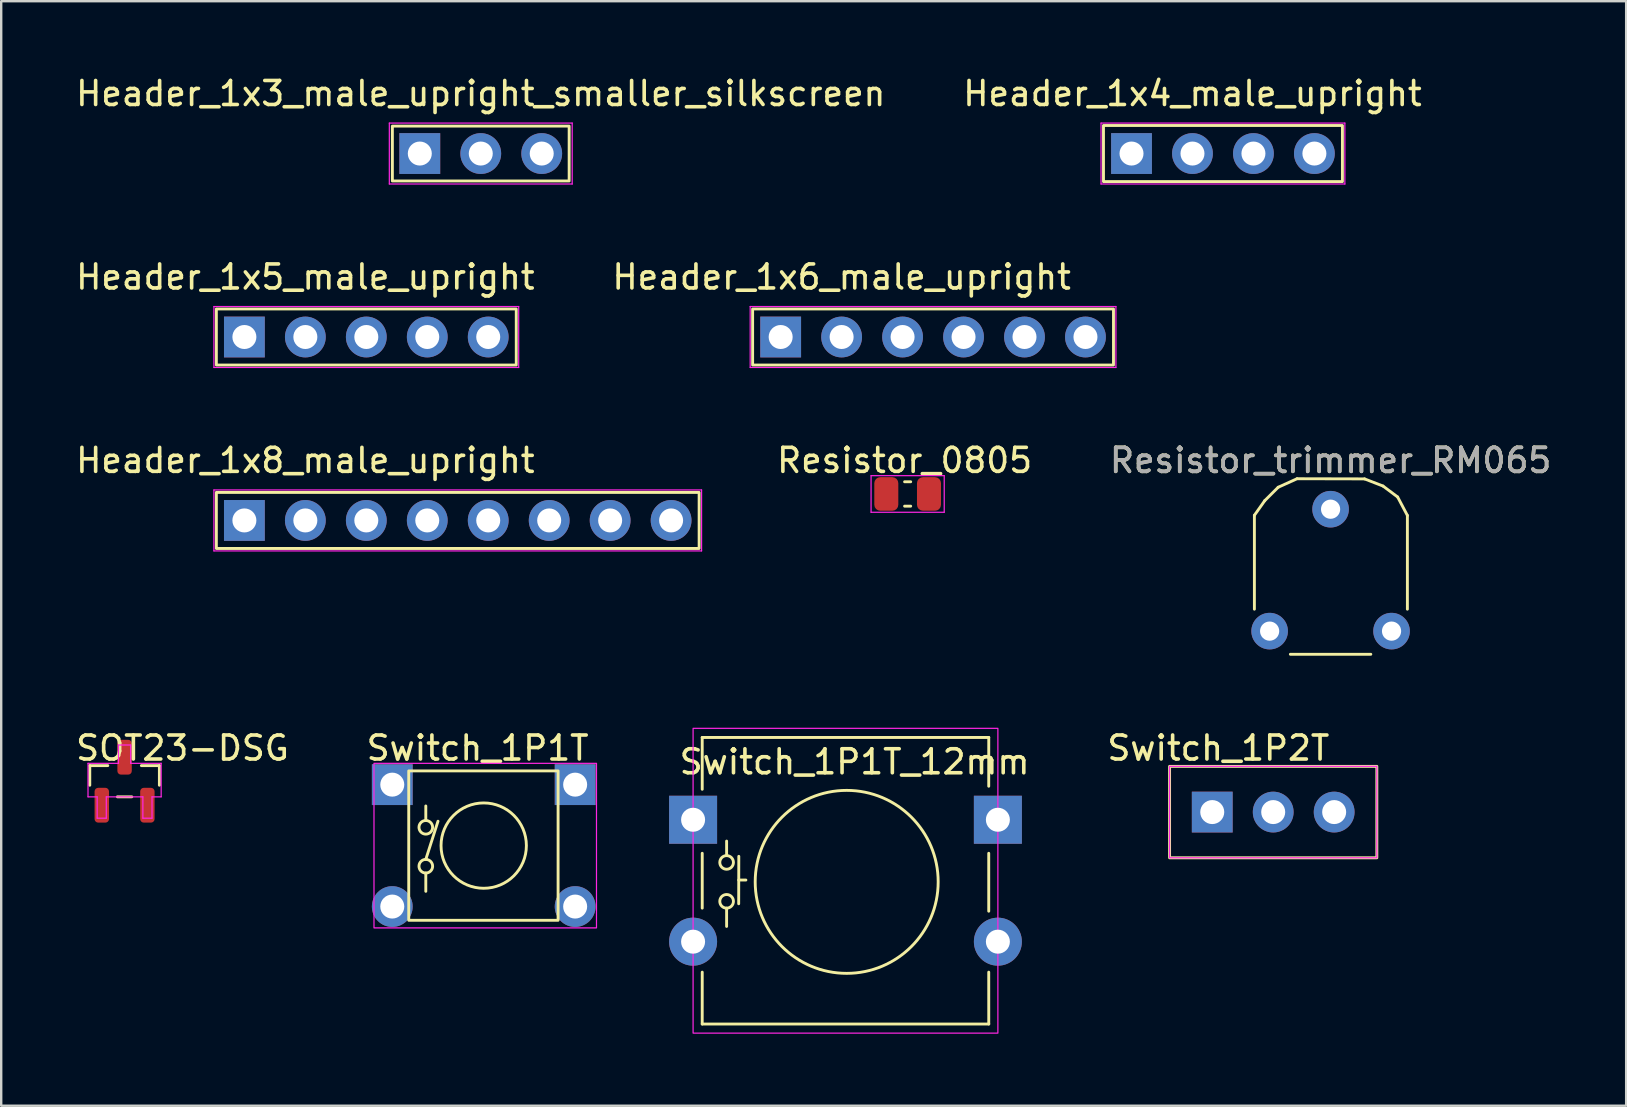
<source format=kicad_pcb>
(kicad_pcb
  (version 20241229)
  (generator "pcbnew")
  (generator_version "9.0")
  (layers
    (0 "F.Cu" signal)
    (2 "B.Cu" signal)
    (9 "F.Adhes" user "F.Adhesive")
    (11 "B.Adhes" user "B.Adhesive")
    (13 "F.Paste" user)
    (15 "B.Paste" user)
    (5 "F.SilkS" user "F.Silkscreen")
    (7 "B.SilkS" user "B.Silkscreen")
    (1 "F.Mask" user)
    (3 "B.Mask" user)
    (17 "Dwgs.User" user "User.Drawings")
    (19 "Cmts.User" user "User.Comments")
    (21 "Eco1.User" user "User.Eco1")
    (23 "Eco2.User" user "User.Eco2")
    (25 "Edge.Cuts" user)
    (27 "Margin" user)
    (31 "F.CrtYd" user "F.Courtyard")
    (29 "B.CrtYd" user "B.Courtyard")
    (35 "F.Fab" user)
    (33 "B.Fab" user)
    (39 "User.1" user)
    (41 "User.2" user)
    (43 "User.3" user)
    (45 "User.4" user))
  (footprint "SOT23-DSG"
    (layer "F.Cu")
    (at 2.141 29.517)
    (property "Reference" "SOT23-DSG" (at 2.413 -1.397 0) (unlocked yes) (layer "F.SilkS") (effects (font (size 1 1) (thickness 0.15))))
    (attr smd)
    (fp_line (start -1.45 -0.666) (end -0.7 -0.666) (stroke (width 0.12) (type solid)) (layer "F.SilkS"))
    (fp_line (start -1.45 0.152) (end -1.45 -0.666) (stroke (width 0.12) (type solid)) (layer "F.SilkS"))
    (fp_line (start -0.3 0.634) (end 0.3 0.634) (stroke (width 0.12) (type solid)) (layer "F.SilkS"))
    (fp_line (start 0.7 -0.666) (end 1.45 -0.666) (stroke (width 0.12) (type solid)) (layer "F.SilkS"))
    (fp_line (start 1.45 -0.666) (end 1.45 0.152) (stroke (width 0.12) (type solid)) (layer "F.SilkS"))
    (fp_line (start -1.524 -0.762) (end -1.524 0.635) (stroke (width 0.05) (type solid)) (layer "F.CrtYd"))
    (fp_line (start -1.524 0.635) (end -1.143 0.635) (stroke (width 0.05) (type solid)) (layer "F.CrtYd"))
    (fp_line (start -1.143 0.635) (end -1.143 1.524) (stroke (width 0.05) (type solid)) (layer "F.CrtYd"))
    (fp_line (start -1.143 1.524) (end -0.762 1.524) (stroke (width 0.05) (type solid)) (layer "F.CrtYd"))
    (fp_line (start -0.762 0.635) (end 0.762 0.635) (stroke (width 0.05) (type solid)) (layer "F.CrtYd"))
    (fp_line (start -0.762 1.524) (end -0.762 0.635) (stroke (width 0.05) (type solid)) (layer "F.CrtYd"))
    (fp_line (start -0.254 -1.524) (end -0.254 -0.762) (stroke (width 0.05) (type solid)) (layer "F.CrtYd"))
    (fp_line (start -0.254 -0.762) (end -1.524 -0.762) (stroke (width 0.05) (type solid)) (layer "F.CrtYd"))
    (fp_line (start 0.254 -1.524) (end -0.254 -1.524) (stroke (width 0.05) (type solid)) (layer "F.CrtYd"))
    (fp_line (start 0.254 -0.762) (end 0.254 -1.524) (stroke (width 0.05) (type solid)) (layer "F.CrtYd"))
    (fp_line (start 0.762 0.635) (end 0.762 1.524) (stroke (width 0.05) (type solid)) (layer "F.CrtYd"))
    (fp_line (start 0.762 1.524) (end 1.143 1.524) (stroke (width 0.05) (type solid)) (layer "F.CrtYd"))
    (fp_line (start 1.143 0.635) (end 1.524 0.635) (stroke (width 0.05) (type solid)) (layer "F.CrtYd"))
    (fp_line (start 1.143 1.524) (end 1.143 0.635) (stroke (width 0.05) (type solid)) (layer "F.CrtYd"))
    (fp_line (start 1.524 -0.762) (end 0.254 -0.762) (stroke (width 0.05) (type solid)) (layer "F.CrtYd"))
    (fp_line (start 1.524 0.635) (end 1.524 -0.762) (stroke (width 0.05) (type solid)) (layer "F.CrtYd"))
    (pad "D" smd roundrect (at -0.95 0.984) (size 0.6 1.45) (layers "F.Cu" "F.Mask" "F.Paste") (roundrect_rratio 0.25))
    (pad "G" smd roundrect (at 0 -1.016) (size 0.6 1.45) (layers "F.Cu" "F.Mask" "F.Paste") (roundrect_rratio 0.25))
    (pad "S" smd roundrect (at 0.95 0.984) (size 0.6 1.45) (layers "F.Cu" "F.Mask" "F.Paste") (roundrect_rratio 0.25)))
  (footprint "Header_1x6_male_upright"
    (layer "F.Cu")
    (at 29.478 10.992)
    (property "Reference" "Header_1x6_male_upright" (at 2.54 -2.5 0) (unlocked yes) (layer "F.SilkS") (effects (font (size 1 1) (thickness 0.15))))
    (attr through_hole)
    (fp_rect (start -1.168 -1.168) (end 13.868 1.168) (stroke (width 0.12) (type solid)) (fill no) (layer "F.SilkS"))
    (fp_line (start -1.27 -1.27) (end 13.97 -1.27) (stroke (width 0.05) (type solid)) (layer "F.CrtYd"))
    (fp_line (start -1.27 1.27) (end -1.27 -1.27) (stroke (width 0.05) (type solid)) (layer "F.CrtYd"))
    (fp_line (start 13.97 -1.27) (end 13.97 1.27) (stroke (width 0.05) (type solid)) (layer "F.CrtYd"))
    (fp_line (start 13.97 1.27) (end -1.27 1.27) (stroke (width 0.05) (type solid)) (layer "F.CrtYd"))
    (pad "1" thru_hole rect (at 0 0 90) (size 1.7 1.7) (drill 1) (layers "*.Cu" "*.Mask"))
    (pad "2" thru_hole oval (at 2.54 0 90) (size 1.7 1.7) (drill 1) (layers "*.Cu" "*.Mask"))
    (pad "3" thru_hole oval (at 5.08 0 90) (size 1.7 1.7) (drill 1) (layers "*.Cu" "*.Mask"))
    (pad "4" thru_hole oval (at 7.62 0 90) (size 1.7 1.7) (drill 1) (layers "*.Cu" "*.Mask"))
    (pad "5" thru_hole oval (at 10.16 0 90) (size 1.7 1.7) (drill 1) (layers "*.Cu" "*.Mask"))
    (pad "6" thru_hole oval (at 12.7 0 90) (size 1.7 1.7) (drill 1) (layers "*.Cu" "*.Mask")))
  (footprint "Resistor_0805"
    (layer "F.Cu")
    (at 34.769 17.532)
    (property "Reference" "Resistor_0805" (at -0.127 -1.397 0) (unlocked yes) (layer "F.SilkS") (effects (font (size 1 1) (thickness 0.15))))
    (attr smd)
    (fp_line (start -0.127 -0.508) (end 0.127 -0.508) (stroke (width 0.12) (type solid)) (layer "F.SilkS"))
    (fp_line (start -0.127 0.508) (end 0.127 0.508) (stroke (width 0.12) (type solid)) (layer "F.SilkS"))
    (fp_line (start -1.524 -0.762) (end -1.524 0.762) (stroke (width 0.05) (type solid)) (layer "F.CrtYd"))
    (fp_line (start -1.524 0.762) (end 1.524 0.762) (stroke (width 0.05) (type solid)) (layer "F.CrtYd"))
    (fp_line (start 1.524 -0.762) (end -1.524 -0.762) (stroke (width 0.05) (type solid)) (layer "F.CrtYd"))
    (fp_line (start 1.524 0.762) (end 1.524 -0.762) (stroke (width 0.05) (type solid)) (layer "F.CrtYd"))
    (pad "1" smd roundrect (at 0.889 0) (size 1 1.4) (layers "F.Cu" "F.Mask" "F.Paste") (roundrect_rratio 0.25))
    (pad "2" smd roundrect (at -0.889 0) (size 1 1.4) (layers "F.Cu" "F.Mask" "F.Paste") (roundrect_rratio 0.25)))
  (footprint "Switch_1P1T"
    (layer "F.Cu")
    (at 13.295 29.644)
    (property "Reference" "Switch_1P1T" (at 3.556 -1.524 0) (unlocked yes) (layer "F.SilkS") (effects (font (size 1 1) (thickness 0.15))))
    (attr through_hole)
    (fp_line (start 1.397 1.494) (end 1.397 0.889) (stroke (width 0.12) (type solid)) (layer "F.SilkS"))
    (fp_line (start 1.397 3.115) (end 1.905 1.524) (stroke (width 0.12) (type solid)) (layer "F.SilkS"))
    (fp_line (start 1.397 3.683) (end 1.397 4.445) (stroke (width 0.12) (type solid)) (layer "F.SilkS"))
    (fp_rect (start 0.686 -0.572) (end 6.909 5.652) (stroke (width 0.12) (type solid)) (fill no) (layer "F.SilkS"))
    (fp_circle (center 1.397 1.778) (end 1.651 1.905) (stroke (width 0.12) (type solid)) (fill no) (layer "F.SilkS"))
    (fp_circle (center 1.397 3.399) (end 1.651 3.526) (stroke (width 0.12) (type solid)) (fill no) (layer "F.SilkS"))
    (fp_circle (center 3.81 2.54) (end 5.588 2.54) (stroke (width 0.12) (type solid)) (fill no) (layer "F.SilkS"))
    (fp_rect (start -0.762 -0.889) (end 8.509 5.969) (stroke (width 0.05) (type solid)) (fill no) (layer "F.CrtYd"))
    (pad "1" thru_hole rect (at 0 0 90) (size 1.7 1.7) (drill 1) (layers "*.Cu" "*.Mask"))
    (pad "1" thru_hole rect (at 7.62 0 90) (size 1.7 1.7) (drill 1) (layers "*.Cu" "*.Mask"))
    (pad "2" thru_hole oval (at 0 5.08 90) (size 1.7 1.7) (drill 1) (layers "*.Cu" "*.Mask"))
    (pad "2" thru_hole oval (at 7.62 5.08 90) (size 1.7 1.7) (drill 1) (layers "*.Cu" "*.Mask")))
  (footprint "Header_1x4_male_upright"
    (layer "F.Cu")
    (at 44.097 3.348)
    (property "Reference" "Header_1x4_male_upright" (at 2.54 -2.5 0) (unlocked yes) (layer "F.SilkS") (effects (font (size 1 1) (thickness 0.15))))
    (attr through_hole)
    (fp_rect (start -1.168 -1.168) (end 8.788 1.168) (stroke (width 0.12) (type solid)) (fill no) (layer "F.SilkS"))
    (fp_line (start -1.27 -1.27) (end 8.89 -1.27) (stroke (width 0.05) (type solid)) (layer "F.CrtYd"))
    (fp_line (start -1.27 1.27) (end -1.27 -1.27) (stroke (width 0.05) (type solid)) (layer "F.CrtYd"))
    (fp_line (start 8.89 -1.27) (end 8.89 1.27) (stroke (width 0.05) (type solid)) (layer "F.CrtYd"))
    (fp_line (start 8.89 1.27) (end -1.27 1.27) (stroke (width 0.05) (type solid)) (layer "F.CrtYd"))
    (pad "1" thru_hole rect (at 0 0 90) (size 1.7 1.7) (drill 1) (layers "*.Cu" "*.Mask"))
    (pad "2" thru_hole oval (at 2.54 0 90) (size 1.7 1.7) (drill 1) (layers "*.Cu" "*.Mask"))
    (pad "3" thru_hole oval (at 5.08 0 90) (size 1.7 1.7) (drill 1) (layers "*.Cu" "*.Mask"))
    (pad "4" thru_hole oval (at 7.62 0 90) (size 1.7 1.7) (drill 1) (layers "*.Cu" "*.Mask")))
  (footprint "Switch_1P1T_12mm"
    (layer "F.Cu")
    (at 25.829 31.107)
    (property "Reference" "Switch_1P1T_12mm" (at 6.731 -2.413 0) (unlocked yes) (layer "F.SilkS") (effects (font (size 1 1) (thickness 0.15))))
    (attr through_hole)
    (fp_line (start 0.38 -3.429) (end 12.32 -3.429) (stroke (width 0.12) (type solid)) (layer "F.SilkS"))
    (fp_line (start 0.38 8.511) (end 0.381 6.35) (stroke (width 0.12) (type solid)) (layer "F.SilkS"))
    (fp_line (start 0.381 -1.27) (end 0.38 -3.429) (stroke (width 0.12) (type solid)) (layer "F.SilkS"))
    (fp_line (start 0.381 3.683) (end 0.381 1.397) (stroke (width 0.12) (type solid)) (layer "F.SilkS"))
    (fp_line (start 1.397 1.494) (end 1.397 0.889) (stroke (width 0.12) (type solid)) (layer "F.SilkS"))
    (fp_line (start 1.397 3.683) (end 1.397 4.445) (stroke (width 0.12) (type solid)) (layer "F.SilkS"))
    (fp_line (start 1.9 3.5) (end 1.905 1.524) (stroke (width 0.12) (type solid)) (layer "F.SilkS"))
    (fp_line (start 1.903 2.512) (end 2.2 2.512) (stroke (width 0.12) (type solid)) (layer "F.SilkS"))
    (fp_line (start 12.319 1.397) (end 12.319 3.81) (stroke (width 0.12) (type solid)) (layer "F.SilkS"))
    (fp_line (start 12.319 6.35) (end 12.32 8.511) (stroke (width 0.12) (type solid)) (layer "F.SilkS"))
    (fp_line (start 12.32 -3.429) (end 12.319 -1.397) (stroke (width 0.12) (type solid)) (layer "F.SilkS"))
    (fp_line (start 12.32 8.511) (end 0.38 8.511) (stroke (width 0.12) (type solid)) (layer "F.SilkS"))
    (fp_circle (center 1.397 1.778) (end 1.651 1.905) (stroke (width 0.12) (type solid)) (fill no) (layer "F.SilkS"))
    (fp_circle (center 1.397 3.399) (end 1.651 3.526) (stroke (width 0.12) (type solid)) (fill no) (layer "F.SilkS"))
    (fp_circle (center 6.4 2.588) (end 10.21 2.715) (stroke (width 0.12) (type solid)) (fill no) (layer "F.SilkS"))
    (fp_rect (start 0 -3.81) (end 12.7 8.89) (stroke (width 0.05) (type solid)) (fill no) (layer "F.CrtYd"))
    (pad "1" thru_hole rect (at 0 0 90) (size 2 2) (drill 1) (layers "*.Cu" "*.Mask"))
    (pad "1" thru_hole trapezoid (at 12.7 0 90) (size 2 2) (drill 1) (layers "*.Cu" "*.Mask"))
    (pad "2" thru_hole circle (at 0 5.08 90) (size 2 2) (drill 1) (layers "*.Cu" "*.Mask"))
    (pad "2" thru_hole oval (at 12.7 5.08 90) (size 2 2) (drill 1) (layers "*.Cu" "*.Mask")))
  (footprint "Header_1x3_male_upright_smaller_silkscreen"
    (layer "F.Cu")
    (at 14.442 3.348)
    (property "Reference" "Header_1x3_male_upright_smaller_silkscreen" (at 2.54 -2.5 0) (unlocked yes) (layer "F.SilkS") (effects (font (size 1 1) (thickness 0.15))))
    (attr through_hole)
    (fp_rect (start -1.143 -1.143) (end 6.223 1.143) (stroke (width 0.12) (type solid)) (fill no) (layer "F.SilkS"))
    (fp_line (start -1.27 -1.27) (end 6.35 -1.27) (stroke (width 0.05) (type solid)) (layer "F.CrtYd"))
    (fp_line (start -1.27 1.27) (end -1.27 -1.27) (stroke (width 0.05) (type solid)) (layer "F.CrtYd"))
    (fp_line (start 6.35 -1.27) (end 6.35 1.27) (stroke (width 0.05) (type solid)) (layer "F.CrtYd"))
    (fp_line (start 6.35 1.27) (end -1.27 1.27) (stroke (width 0.05) (type solid)) (layer "F.CrtYd"))
    (pad "1" thru_hole rect (at 0 0 90) (size 1.7 1.7) (drill 1) (layers "*.Cu" "*.Mask"))
    (pad "2" thru_hole oval (at 2.54 0 90) (size 1.7 1.7) (drill 1) (layers "*.Cu" "*.Mask"))
    (pad "3" thru_hole oval (at 5.08 0 90) (size 1.7 1.7) (drill 1) (layers "*.Cu" "*.Mask")))
  (footprint "Header_1x5_male_upright"
    (layer "F.Cu")
    (at 7.133 10.992)
    (property "Reference" "Header_1x5_male_upright" (at 2.54 -2.5 0) (unlocked yes) (layer "F.SilkS") (effects (font (size 1 1) (thickness 0.15))))
    (attr through_hole)
    (fp_rect (start -1.168 -1.168) (end 11.328 1.168) (stroke (width 0.12) (type solid)) (fill no) (layer "F.SilkS"))
    (fp_line (start -1.27 -1.27) (end 11.43 -1.27) (stroke (width 0.05) (type solid)) (layer "F.CrtYd"))
    (fp_line (start -1.27 1.27) (end -1.27 -1.27) (stroke (width 0.05) (type solid)) (layer "F.CrtYd"))
    (fp_line (start 11.43 -1.27) (end 11.43 1.27) (stroke (width 0.05) (type solid)) (layer "F.CrtYd"))
    (fp_line (start 11.43 1.27) (end -1.27 1.27) (stroke (width 0.05) (type solid)) (layer "F.CrtYd"))
    (pad "1" thru_hole rect (at 0 0 90) (size 1.7 1.7) (drill 1) (layers "*.Cu" "*.Mask"))
    (pad "2" thru_hole oval (at 2.54 0 90) (size 1.7 1.7) (drill 1) (layers "*.Cu" "*.Mask"))
    (pad "3" thru_hole oval (at 5.08 0 90) (size 1.7 1.7) (drill 1) (layers "*.Cu" "*.Mask"))
    (pad "4" thru_hole oval (at 7.62 0 90) (size 1.7 1.7) (drill 1) (layers "*.Cu" "*.Mask"))
    (pad "5" thru_hole oval (at 10.16 0 90) (size 1.7 1.7) (drill 1) (layers "*.Cu" "*.Mask")))
  (footprint "Header_1x8_male_upright"
    (layer "F.Cu")
    (at 7.133 18.635)
    (property "Reference" "Header_1x8_male_upright" (at 2.54 -2.5 0) (unlocked yes) (layer "F.SilkS") (effects (font (size 1 1) (thickness 0.15))))
    (attr through_hole)
    (fp_rect (start -1.168 -1.168) (end 18.948 1.168) (stroke (width 0.12) (type solid)) (fill no) (layer "F.SilkS"))
    (fp_line (start -1.27 -1.27) (end 19.05 -1.27) (stroke (width 0.05) (type solid)) (layer "F.CrtYd"))
    (fp_line (start -1.27 1.27) (end -1.27 -1.27) (stroke (width 0.05) (type solid)) (layer "F.CrtYd"))
    (fp_line (start 19.05 -1.27) (end 19.05 1.27) (stroke (width 0.05) (type solid)) (layer "F.CrtYd"))
    (fp_line (start 19.05 1.27) (end -1.27 1.27) (stroke (width 0.05) (type solid)) (layer "F.CrtYd"))
    (pad "1" thru_hole rect (at 0 0 90) (size 1.7 1.7) (drill 1) (layers "*.Cu" "*.Mask"))
    (pad "2" thru_hole oval (at 2.54 0 90) (size 1.7 1.7) (drill 1) (layers "*.Cu" "*.Mask"))
    (pad "3" thru_hole oval (at 5.08 0 90) (size 1.7 1.7) (drill 1) (layers "*.Cu" "*.Mask"))
    (pad "4" thru_hole oval (at 7.62 0 90) (size 1.7 1.7) (drill 1) (layers "*.Cu" "*.Mask"))
    (pad "5" thru_hole oval (at 10.16 0 90) (size 1.7 1.7) (drill 1) (layers "*.Cu" "*.Mask"))
    (pad "6" thru_hole oval (at 12.7 0 90) (size 1.7 1.7) (drill 1) (layers "*.Cu" "*.Mask"))
    (pad "7" thru_hole oval (at 15.24 0 90) (size 1.7 1.7) (drill 1) (layers "*.Cu" "*.Mask"))
    (pad "8" thru_hole oval (at 17.78 0 90) (size 1.7 1.7) (drill 1) (layers "*.Cu" "*.Mask")))
  (footprint "Switch_1P2T"
    (layer "F.Cu")
    (at 47.461 30.787)
    (property "Reference" "Switch_1P2T" (at 0.254 -2.667 0) (unlocked yes) (layer "F.SilkS") (effects (font (size 1 1) (thickness 0.15))))
    (attr through_hole)
    (fp_rect (start -1.778 -1.905) (end 6.858 1.905) (stroke (width 0.12) (type solid)) (fill no) (layer "F.SilkS"))
    (fp_rect (start -1.778 -1.905) (end 6.858 1.905) (stroke (width 0.05) (type solid)) (fill no) (layer "F.CrtYd"))
    (pad "1" thru_hole rect (at 0 0 90) (size 1.7 1.7) (drill 1) (layers "*.Cu" "*.Mask"))
    (pad "2" thru_hole oval (at 2.54 0 90) (size 1.7 1.7) (drill 1) (layers "*.Cu" "*.Mask"))
    (pad "3" thru_hole oval (at 5.08 0 90) (size 1.7 1.7) (drill 1) (layers "*.Cu" "*.Mask")))
  (footprint "Resistor_trimmer_RM065"
    (layer "F.Cu")
    (at 52.392 20.707)
    (property "Reference" "Resistor_trimmer_RM065" (at 0 -4.572 0) (unlocked yes) (layer "F.SilkS") (effects (font (size 1 1) (thickness 0.15))))
    (attr through_hole)
    (fp_line (start -3.175 -2.286) (end -3.175 1.626) (stroke (width 0.12) (type solid)) (layer "F.SilkS"))
    (fp_line (start -3.175 -2.286) (end -2.743 -2.896) (stroke (width 0.12) (type solid)) (layer "F.SilkS"))
    (fp_line (start -2.743 -2.896) (end -2.184 -3.454) (stroke (width 0.12) (type solid)) (layer "F.SilkS"))
    (fp_line (start -2.184 -3.454) (end -1.397 -3.81) (stroke (width 0.12) (type solid)) (layer "F.SilkS"))
    (fp_line (start -1.676 3.505) (end 1.676 3.505) (stroke (width 0.12) (type solid)) (layer "F.SilkS"))
    (fp_line (start 1.415 -3.803) (end -1.397 -3.81) (stroke (width 0.12) (type solid)) (layer "F.SilkS"))
    (fp_line (start 1.415 -3.803) (end 2.184 -3.505) (stroke (width 0.12) (type solid)) (layer "F.SilkS"))
    (fp_line (start 2.184 -3.505) (end 2.794 -3.048) (stroke (width 0.12) (type solid)) (layer "F.SilkS"))
    (fp_line (start 2.794 -3.048) (end 3.2 -2.279) (stroke (width 0.12) (type solid)) (layer "F.SilkS"))
    (fp_line (start 3.2 1.626) (end 3.2 -2.279) (stroke (width 0.12) (type solid)) (layer "F.SilkS"))
    (fp_text user "${REFERENCE}" (at 0 -4.572 0) (unlocked yes) (layer "F.Fab") (effects (font (size 1 1) (thickness 0.15))))
    (pad "E" thru_hole circle (at 2.54 2.54) (size 1.524 1.524) (drill 0.8) (layers "*.Cu" "*.Mask"))
    (pad "S" thru_hole circle (at -2.54 2.54) (size 1.524 1.524) (drill 0.8) (layers "*.Cu" "*.Mask"))
    (pad "W" thru_hole circle (at 0 -2.54) (size 1.524 1.524) (drill 0.8) (layers "*.Cu" "*.Mask")))
  (gr_rect
    (start -3 -3)
    (end 64.708 43.022)
    (stroke (width 0.1) (type default))
    (fill no)
    (layer "Edge.Cuts")))
</source>
